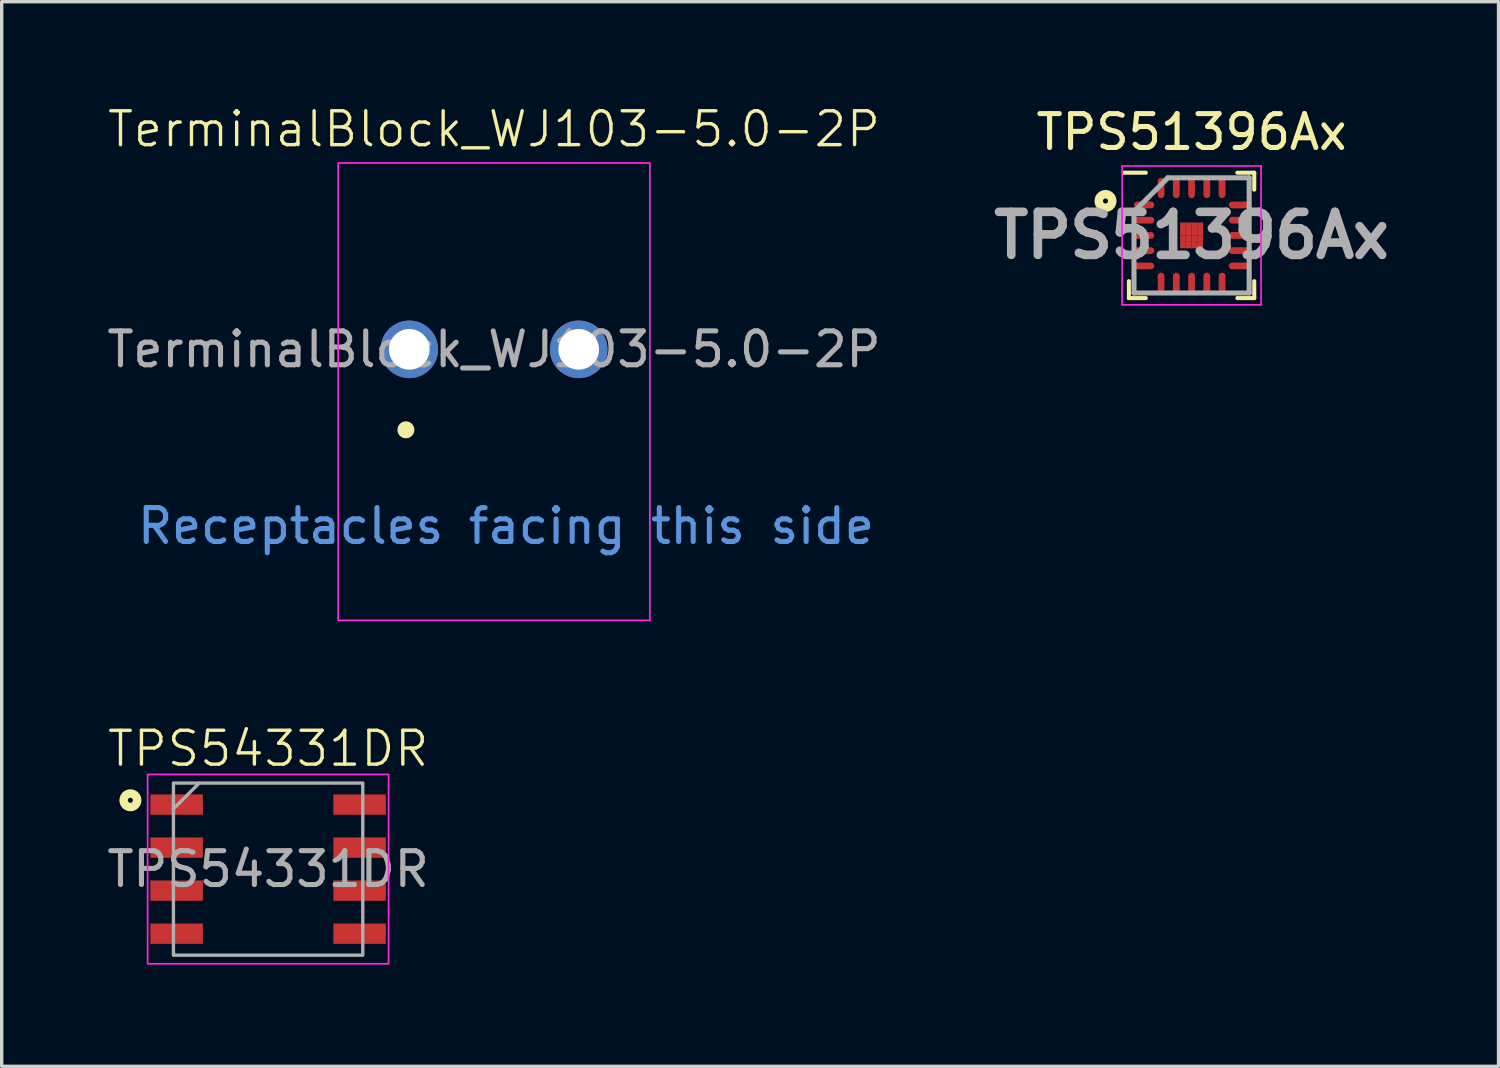
<source format=kicad_pcb>
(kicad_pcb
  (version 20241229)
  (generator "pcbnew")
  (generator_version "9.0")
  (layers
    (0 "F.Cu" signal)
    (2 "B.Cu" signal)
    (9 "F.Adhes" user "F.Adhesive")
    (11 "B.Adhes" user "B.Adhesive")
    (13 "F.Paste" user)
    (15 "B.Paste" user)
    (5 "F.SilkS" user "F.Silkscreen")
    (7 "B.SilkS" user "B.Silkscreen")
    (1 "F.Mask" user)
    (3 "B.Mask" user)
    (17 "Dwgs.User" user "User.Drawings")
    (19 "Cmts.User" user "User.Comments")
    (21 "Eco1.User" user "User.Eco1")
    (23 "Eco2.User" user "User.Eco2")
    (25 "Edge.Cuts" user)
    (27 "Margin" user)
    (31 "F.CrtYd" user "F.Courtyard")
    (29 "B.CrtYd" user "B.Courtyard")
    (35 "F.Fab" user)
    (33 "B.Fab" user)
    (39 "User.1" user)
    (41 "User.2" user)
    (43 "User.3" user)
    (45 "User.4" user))
  (footprint "TPS54331DR"
    (layer "F.Cu")
    (at 4.863 22.602)
    (property "Reference" "TPS54331DR" (at 0 -3.556 0) (unlocked yes) (layer "F.SilkS") (effects (font (size 1 1) (thickness 0.1))))
    (attr smd)
    (fp_circle (center -4.064 -2.032) (end -3.989 -2.032) (stroke (width 0.25) (type solid)) (fill no) (layer "F.SilkS"))
    (fp_rect (start -3.556 -2.794) (end 3.556 2.794) (stroke (width 0.05) (type default)) (fill no) (layer "F.CrtYd"))
    (fp_line (start -2.794 -1.778) (end -2.032 -2.54) (stroke (width 0.1) (type default)) (layer "F.Fab"))
    (fp_rect (start -2.794 -2.54) (end 2.794 2.54) (stroke (width 0.1) (type default)) (fill no) (layer "F.Fab"))
    (fp_text user "${REFERENCE}" (at 0 0 0) (unlocked yes) (layer "F.Fab") (effects (font (size 1 1) (thickness 0.15))))
    (pad "1" smd rect (at -2.7 -1.905 90) (size 0.6 1.55) (layers "F.Cu" "F.Mask" "F.Paste"))
    (pad "2" smd rect (at -2.7 -0.635 90) (size 0.6 1.55) (layers "F.Cu" "F.Mask" "F.Paste"))
    (pad "3" smd rect (at -2.7 0.635 90) (size 0.6 1.55) (layers "F.Cu" "F.Mask" "F.Paste"))
    (pad "4" smd rect (at -2.7 1.905 90) (size 0.6 1.55) (layers "F.Cu" "F.Mask" "F.Paste"))
    (pad "5" smd rect (at 2.7 1.905 90) (size 0.6 1.55) (layers "F.Cu" "F.Mask" "F.Paste"))
    (pad "6" smd rect (at 2.7 0.635 90) (size 0.6 1.55) (layers "F.Cu" "F.Mask" "F.Paste"))
    (pad "7" smd rect (at 2.7 -0.635 90) (size 0.6 1.55) (layers "F.Cu" "F.Mask" "F.Paste"))
    (pad "8" smd rect (at 2.7 -1.905 90) (size 0.6 1.55) (layers "F.Cu" "F.Mask" "F.Paste")))
  (footprint "TPS51396Ax"
    (layer "F.Cu")
    (at 32.119 3.898)
    (property "Reference" "TPS51396Ax" (at 0 -3.05 0) (layer "F.SilkS") (effects (font (size 1 1) (thickness 0.15))))
    (attr smd)
    (fp_line (start -1.85 1.85) (end -1.85 1.35) (stroke (width 0.12) (type default)) (layer "F.SilkS"))
    (fp_line (start -1.35 -1.85) (end -2 -1.85) (stroke (width 0.12) (type default)) (layer "F.SilkS"))
    (fp_line (start -1.35 1.85) (end -1.85 1.85) (stroke (width 0.12) (type default)) (layer "F.SilkS"))
    (fp_line (start 1.35 -1.85) (end 1.85 -1.85) (stroke (width 0.12) (type default)) (layer "F.SilkS"))
    (fp_line (start 1.35 1.85) (end 1.85 1.85) (stroke (width 0.12) (type default)) (layer "F.SilkS"))
    (fp_line (start 1.85 -1.85) (end 1.85 -1.35) (stroke (width 0.12) (type default)) (layer "F.SilkS"))
    (fp_line (start 1.85 1.85) (end 1.85 1.35) (stroke (width 0.12) (type default)) (layer "F.SilkS"))
    (fp_circle (center -2.54 -1.016) (end -2.465 -1.016) (stroke (width 0.25) (type solid)) (fill no) (layer "F.SilkS"))
    (fp_line (start -2.05 -2.05) (end 2.05 -2.05) (stroke (width 0.05) (type default)) (layer "F.CrtYd"))
    (fp_line (start -2.05 2.05) (end -2.05 -2.05) (stroke (width 0.05) (type default)) (layer "F.CrtYd"))
    (fp_line (start 2.05 -2.05) (end 2.05 2.05) (stroke (width 0.05) (type default)) (layer "F.CrtYd"))
    (fp_line (start 2.05 2.05) (end -2.05 2.05) (stroke (width 0.05) (type default)) (layer "F.CrtYd"))
    (fp_line (start -1.7 -0.7) (end -1.7 1.7) (stroke (width 0.15) (type default)) (layer "F.Fab"))
    (fp_line (start -1.7 1.7) (end 1.7 1.7) (stroke (width 0.15) (type default)) (layer "F.Fab"))
    (fp_line (start -0.7 -1.7) (end -1.7 -0.7) (stroke (width 0.15) (type default)) (layer "F.Fab"))
    (fp_line (start 1.7 -1.7) (end -0.7 -1.7) (stroke (width 0.15) (type default)) (layer "F.Fab"))
    (fp_line (start 1.7 1.7) (end 1.7 -1.7) (stroke (width 0.15) (type default)) (layer "F.Fab"))
    (fp_text user "${REFERENCE}" (at 0 0 0) (layer "F.Fab") (effects (font (size 1.27 1.27) (thickness 0.254))))
    (pad "1" smd oval (at -1.4 -0.9 90) (size 0.2 0.6) (layers "F.Cu" "F.Mask" "F.Paste"))
    (pad "2" smd oval (at -1.4 -0.45 90) (size 0.2 0.6) (layers "F.Cu" "F.Mask" "F.Paste"))
    (pad "3" smd oval (at -1.4 0 90) (size 0.2 0.6) (layers "F.Cu" "F.Mask" "F.Paste"))
    (pad "4" smd oval (at -1.4 0.45 90) (size 0.2 0.6) (layers "F.Cu" "F.Mask" "F.Paste"))
    (pad "5" smd oval (at -1.4 0.9 90) (size 0.2 0.6) (layers "F.Cu" "F.Mask" "F.Paste"))
    (pad "6" smd oval (at -0.9 1.4) (size 0.2 0.6) (layers "F.Cu" "F.Mask" "F.Paste"))
    (pad "7" smd oval (at -0.45 1.4) (size 0.2 0.6) (layers "F.Cu" "F.Mask" "F.Paste"))
    (pad "8" smd oval (at 0 1.4) (size 0.2 0.6) (layers "F.Cu" "F.Mask" "F.Paste"))
    (pad "9" smd oval (at 0.45 1.4) (size 0.2 0.6) (layers "F.Cu" "F.Mask" "F.Paste"))
    (pad "10" smd oval (at 0.9 1.4) (size 0.2 0.6) (layers "F.Cu" "F.Mask" "F.Paste"))
    (pad "11" smd oval (at 1.4 0.9 90) (size 0.2 0.6) (layers "F.Cu" "F.Mask" "F.Paste"))
    (pad "12" smd oval (at 1.4 0.45 90) (size 0.2 0.6) (layers "F.Cu" "F.Mask" "F.Paste"))
    (pad "13" smd oval (at 1.4 0 90) (size 0.2 0.6) (layers "F.Cu" "F.Mask" "F.Paste"))
    (pad "14" smd oval (at 1.4 -0.45 90) (size 0.2 0.6) (layers "F.Cu" "F.Mask" "F.Paste"))
    (pad "15" smd oval (at 1.4 -0.9 90) (size 0.2 0.6) (layers "F.Cu" "F.Mask" "F.Paste"))
    (pad "16" smd oval (at 0.9 -1.4) (size 0.2 0.6) (layers "F.Cu" "F.Mask" "F.Paste"))
    (pad "17" smd oval (at 0.45 -1.4) (size 0.2 0.6) (layers "F.Cu" "F.Mask" "F.Paste"))
    (pad "18" smd oval (at 0 -1.4) (size 0.2 0.6) (layers "F.Cu" "F.Mask" "F.Paste"))
    (pad "19" smd oval (at -0.45 -1.4) (size 0.2 0.6) (layers "F.Cu" "F.Mask" "F.Paste"))
    (pad "20" smd oval (at -0.9 -1.4) (size 0.2 0.6) (layers "F.Cu" "F.Mask" "F.Paste"))
    (pad "21" smd rect (at -0.253 -0.285) (size 0.169 0.19) (layers "F.Cu" "F.Mask" "F.Paste"))
    (pad "21" smd rect (at -0.253 -0.095) (size 0.169 0.19) (layers "F.Cu" "F.Mask" "F.Paste"))
    (pad "21" smd rect (at -0.253 0.095) (size 0.169 0.19) (layers "F.Cu" "F.Mask" "F.Paste"))
    (pad "21" smd rect (at -0.253 0.285) (size 0.169 0.19) (layers "F.Cu" "F.Mask" "F.Paste"))
    (pad "21" smd rect (at -0.084 -0.285) (size 0.169 0.19) (layers "F.Cu" "F.Mask" "F.Paste"))
    (pad "21" smd rect (at -0.084 -0.095) (size 0.169 0.19) (layers "F.Cu" "F.Mask" "F.Paste"))
    (pad "21" smd rect (at -0.084 0.095) (size 0.169 0.19) (layers "F.Cu" "F.Mask" "F.Paste"))
    (pad "21" smd rect (at -0.084 0.285) (size 0.169 0.19) (layers "F.Cu" "F.Mask" "F.Paste"))
    (pad "21" smd rect (at 0.084 -0.285) (size 0.169 0.19) (layers "F.Cu" "F.Mask" "F.Paste"))
    (pad "21" smd rect (at 0.084 -0.095) (size 0.169 0.19) (layers "F.Cu" "F.Mask" "F.Paste"))
    (pad "21" smd rect (at 0.084 0.095) (size 0.169 0.19) (layers "F.Cu" "F.Mask" "F.Paste"))
    (pad "21" smd rect (at 0.084 0.285) (size 0.169 0.19) (layers "F.Cu" "F.Mask" "F.Paste"))
    (pad "21" smd rect (at 0.253 -0.285) (size 0.169 0.19) (layers "F.Cu" "F.Mask" "F.Paste"))
    (pad "21" smd rect (at 0.253 -0.095) (size 0.169 0.19) (layers "F.Cu" "F.Mask" "F.Paste"))
    (pad "21" smd rect (at 0.253 0.095) (size 0.169 0.19) (layers "F.Cu" "F.Mask" "F.Paste"))
    (pad "21" smd rect (at 0.253 0.285) (size 0.169 0.19) (layers "F.Cu" "F.Mask" "F.Paste")))
  (footprint "TerminalBlock_WJ103-5.0-2P"
    (layer "F.Cu")
    (at 11.53 7.261)
    (property "Reference" "TerminalBlock_WJ103-5.0-2P" (at 0 -6.5 0) (unlocked yes) (layer "F.SilkS") (effects (font (size 1 1) (thickness 0.1))))
    (attr through_hole)
    (fp_circle (center -2.6 2.375) (end -2.6 2.5) (stroke (width 0.25) (type solid)) (fill no) (layer "F.SilkS"))
    (fp_rect (start -4.6 -5.5) (end 4.6 8) (stroke (width 0.05) (type default)) (fill no) (layer "F.CrtYd"))
    (fp_text user "Receptacles facing this side" (at -10.6 5.8 0) (unlocked yes) (layer "Cmts.User") (effects (font (size 1 1) (thickness 0.15)) (justify left bottom)))
    (fp_text user "${REFERENCE}" (at 0 0 0) (unlocked yes) (layer "F.Fab") (effects (font (size 1 1) (thickness 0.15))))
    (pad "1" thru_hole circle (at -2.5 0) (size 1.7 1.7) (drill 1.2) (layers "*.Cu" "*.Mask"))
    (pad "2" thru_hole circle (at 2.5 0) (size 1.7 1.7) (drill 1.2) (layers "*.Cu" "*.Mask")))
  (gr_rect
    (start -3 -3)
    (end 41.179 28.421)
    (stroke (width 0.1) (type default))
    (fill no)
    (layer "Edge.Cuts")))
</source>
